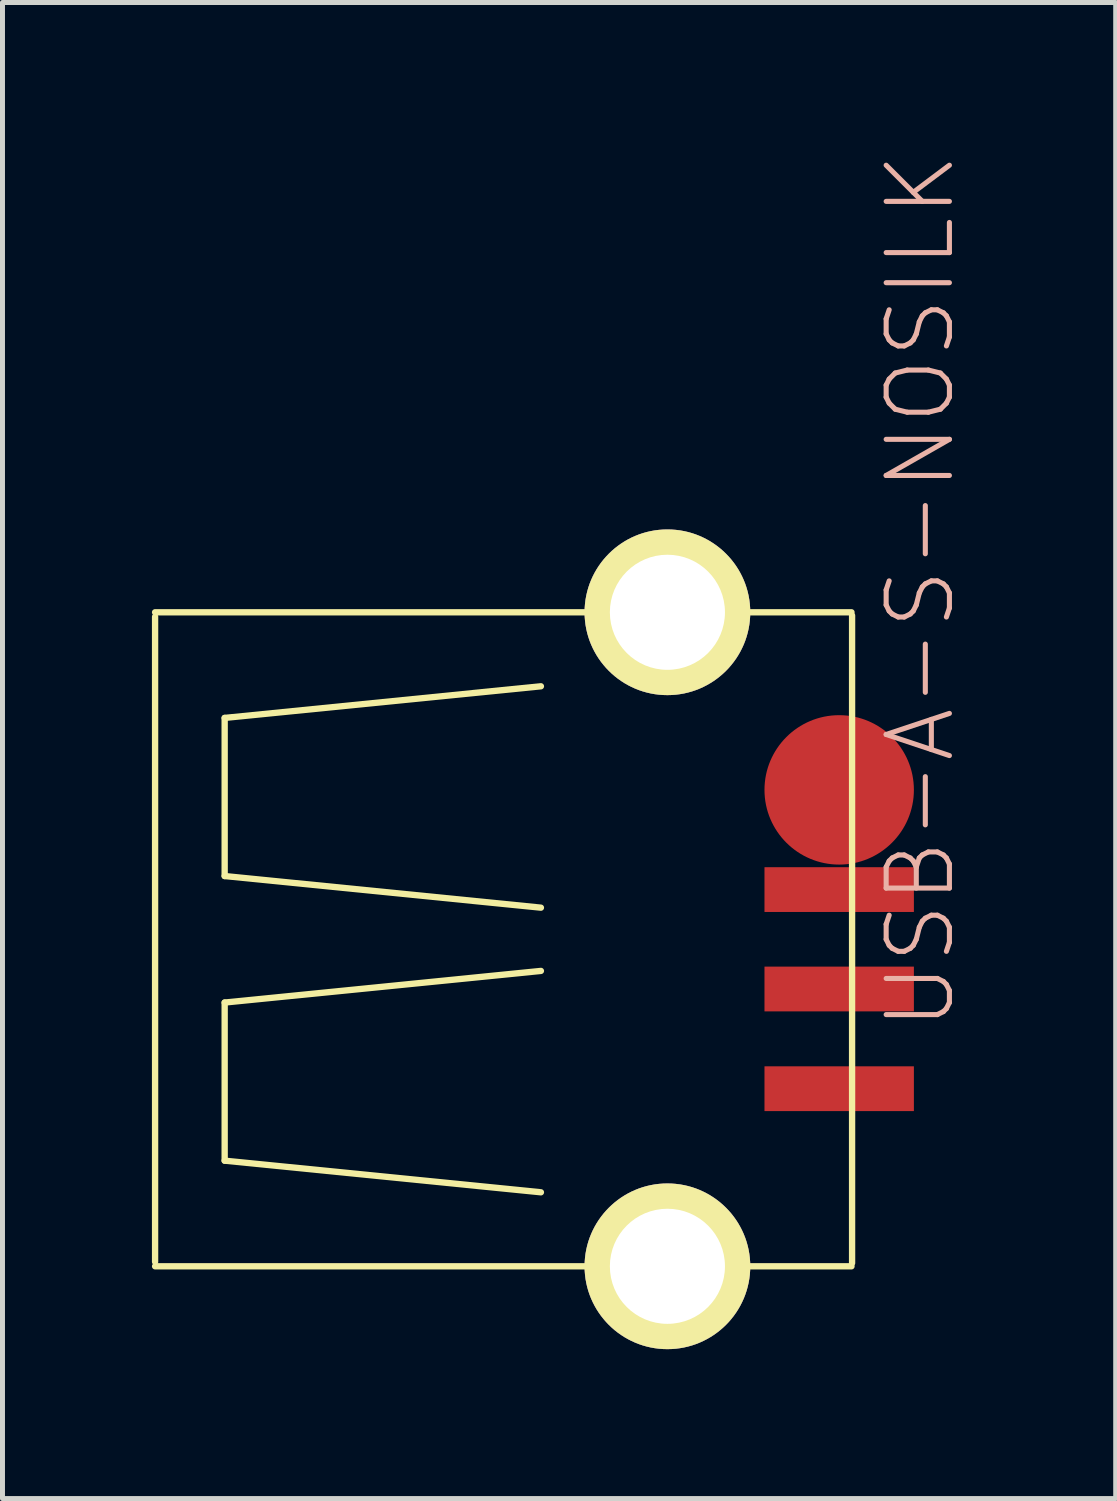
<source format=kicad_pcb>
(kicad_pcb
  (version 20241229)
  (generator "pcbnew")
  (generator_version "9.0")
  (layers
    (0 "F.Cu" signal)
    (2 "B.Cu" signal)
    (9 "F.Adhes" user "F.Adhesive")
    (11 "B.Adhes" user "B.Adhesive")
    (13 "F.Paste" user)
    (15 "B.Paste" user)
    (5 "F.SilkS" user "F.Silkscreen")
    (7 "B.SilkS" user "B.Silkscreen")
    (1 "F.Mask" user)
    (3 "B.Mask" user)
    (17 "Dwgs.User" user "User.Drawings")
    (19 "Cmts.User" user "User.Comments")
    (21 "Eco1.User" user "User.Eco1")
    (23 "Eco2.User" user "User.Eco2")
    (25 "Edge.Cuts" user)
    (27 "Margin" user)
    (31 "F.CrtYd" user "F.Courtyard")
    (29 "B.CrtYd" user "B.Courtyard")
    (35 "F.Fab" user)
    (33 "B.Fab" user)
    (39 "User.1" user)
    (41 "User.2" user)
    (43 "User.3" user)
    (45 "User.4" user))
  (footprint "USB-A-S-NOSILK"
    (layer "F.Cu")
    (at 10.351 15.81)
    (property "Reference" "USB-A-S-NOSILK" (at 5.08 -6.985 90) (layer "B.SilkS") (effects (font (size 1.27 1.27) (thickness 0.102))))
    (attr smd)
    (fp_line (start -10.287 -6.477) (end -10.287 6.477) (stroke (width 0.127) (type solid)) (layer "F.SilkS"))
    (fp_line (start -8.89 -4.445) (end -8.89 -1.27) (stroke (width 0.127) (type solid)) (layer "F.SilkS"))
    (fp_line (start -8.89 -1.27) (end -2.54 -0.635) (stroke (width 0.127) (type solid)) (layer "F.SilkS"))
    (fp_line (start -8.89 1.27) (end -2.54 0.635) (stroke (width 0.127) (type solid)) (layer "F.SilkS"))
    (fp_line (start -8.89 4.445) (end -8.89 1.27) (stroke (width 0.127) (type solid)) (layer "F.SilkS"))
    (fp_line (start -2.54 -5.08) (end -8.89 -4.445) (stroke (width 0.127) (type solid)) (layer "F.SilkS"))
    (fp_line (start -2.54 5.08) (end -8.89 4.445) (stroke (width 0.127) (type solid)) (layer "F.SilkS"))
    (fp_line (start 3.696 -6.566) (end -10.287 -6.566) (stroke (width 0.127) (type solid)) (layer "F.SilkS"))
    (fp_line (start 3.696 6.566) (end -10.287 6.566) (stroke (width 0.127) (type solid)) (layer "F.SilkS"))
    (fp_line (start 3.708 -6.502) (end 3.708 6.502) (stroke (width 0.127) (type solid)) (layer "F.SilkS"))
    (pad "D+" smd rect (at 3.449 0.998) (size 3 0.899) (layers "F.Cu" "F.Mask" "F.Paste"))
    (pad "D-" smd rect (at 3.449 -0.998) (size 3 0.899) (layers "F.Cu" "F.Mask" "F.Paste"))
    (pad "GND" smd rect (at 3.449 3) (size 3 0.899) (layers "F.Cu" "F.Mask" "F.Paste"))
    (pad "P$5" thru_hole circle (at 0 6.566) (size 3.327 3.327) (drill 2.311) (layers "*.Cu" "F.Mask" "F.SilkS" "F.Paste"))
    (pad "P$6" thru_hole circle (at 0 -6.566) (size 3.327 3.327) (drill 2.311) (layers "*.Cu" "F.Mask" "F.SilkS" "F.Paste"))
    (pad "VBUS" smd circle (at 3.449 -3) (size 3 3) (layers "F.Cu" "F.Mask" "F.Paste")))
  (gr_rect
    (start -3 -3)
    (end 19.352 27.039)
    (stroke (width 0.1) (type default))
    (fill no)
    (layer "Edge.Cuts")))
</source>
